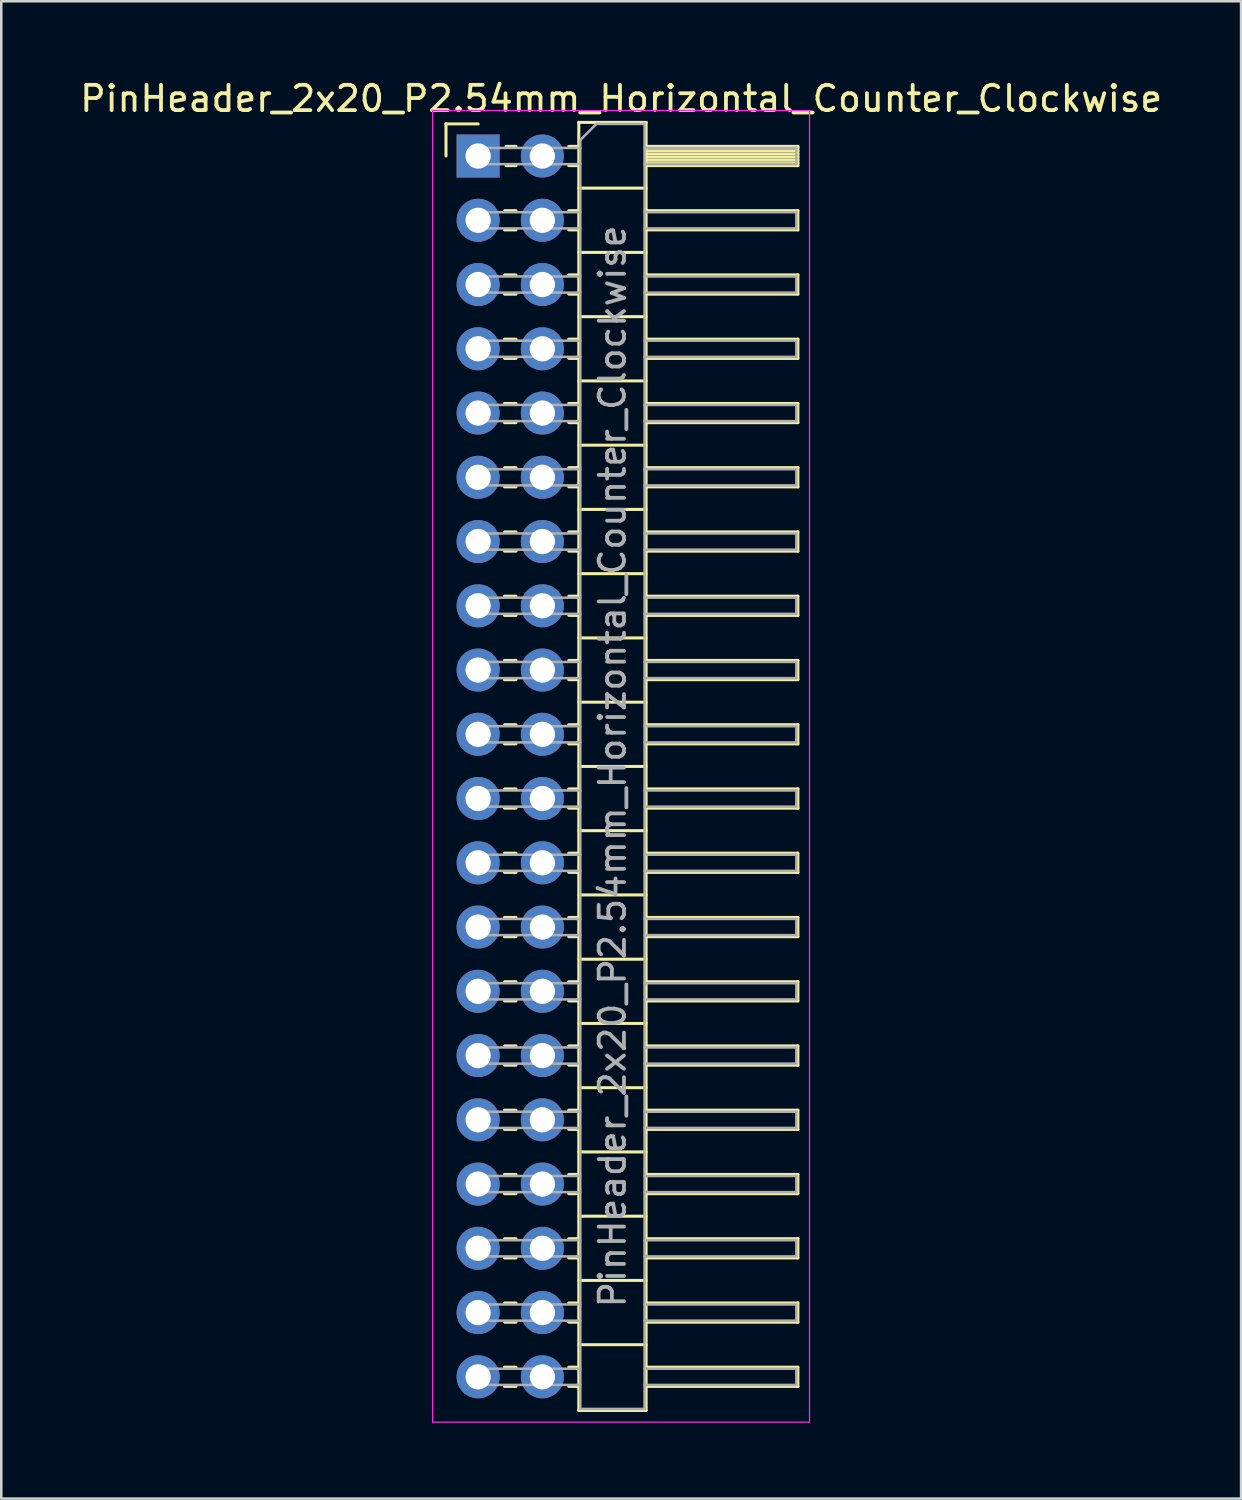
<source format=kicad_pcb>
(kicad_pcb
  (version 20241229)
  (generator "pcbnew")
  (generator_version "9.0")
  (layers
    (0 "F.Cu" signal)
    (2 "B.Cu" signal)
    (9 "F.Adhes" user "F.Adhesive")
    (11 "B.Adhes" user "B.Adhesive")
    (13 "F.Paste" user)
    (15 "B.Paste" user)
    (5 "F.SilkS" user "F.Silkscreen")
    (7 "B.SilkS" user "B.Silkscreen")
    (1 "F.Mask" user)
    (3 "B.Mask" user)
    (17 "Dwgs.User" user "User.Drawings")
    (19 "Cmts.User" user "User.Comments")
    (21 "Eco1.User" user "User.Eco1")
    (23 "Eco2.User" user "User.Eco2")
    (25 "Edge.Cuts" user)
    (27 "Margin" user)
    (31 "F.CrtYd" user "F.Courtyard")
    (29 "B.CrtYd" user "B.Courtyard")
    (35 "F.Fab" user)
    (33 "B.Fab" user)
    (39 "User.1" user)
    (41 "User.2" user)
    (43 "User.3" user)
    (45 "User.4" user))
  (footprint "PinHeader_2x20_P2.54mm_Horizontal_Counter_Clockwise"
    (layer "F.Cu")
    (at 15.851 3.118)
    (property "Reference" "PinHeader_2x20_P2.54mm_Horizontal_Counter_Clockwise" (at 5.655 -2.27 180) (layer "F.SilkS") (effects (font (size 1 1) (thickness 0.15))))
    (attr through_hole)
    (fp_line (start -1.27 -1.27) (end 0 -1.27) (stroke (width 0.12) (type solid)) (layer "F.SilkS"))
    (fp_line (start -1.27 0) (end -1.27 -1.27) (stroke (width 0.12) (type solid)) (layer "F.SilkS"))
    (fp_line (start 1.043 2.16) (end 1.497 2.16) (stroke (width 0.12) (type solid)) (layer "F.SilkS"))
    (fp_line (start 1.043 2.92) (end 1.497 2.92) (stroke (width 0.12) (type solid)) (layer "F.SilkS"))
    (fp_line (start 1.043 4.7) (end 1.497 4.7) (stroke (width 0.12) (type solid)) (layer "F.SilkS"))
    (fp_line (start 1.043 5.46) (end 1.497 5.46) (stroke (width 0.12) (type solid)) (layer "F.SilkS"))
    (fp_line (start 1.043 7.24) (end 1.497 7.24) (stroke (width 0.12) (type solid)) (layer "F.SilkS"))
    (fp_line (start 1.043 8) (end 1.497 8) (stroke (width 0.12) (type solid)) (layer "F.SilkS"))
    (fp_line (start 1.043 9.78) (end 1.497 9.78) (stroke (width 0.12) (type solid)) (layer "F.SilkS"))
    (fp_line (start 1.043 10.54) (end 1.497 10.54) (stroke (width 0.12) (type solid)) (layer "F.SilkS"))
    (fp_line (start 1.043 12.32) (end 1.497 12.32) (stroke (width 0.12) (type solid)) (layer "F.SilkS"))
    (fp_line (start 1.043 13.08) (end 1.497 13.08) (stroke (width 0.12) (type solid)) (layer "F.SilkS"))
    (fp_line (start 1.043 14.86) (end 1.497 14.86) (stroke (width 0.12) (type solid)) (layer "F.SilkS"))
    (fp_line (start 1.043 15.62) (end 1.497 15.62) (stroke (width 0.12) (type solid)) (layer "F.SilkS"))
    (fp_line (start 1.043 17.4) (end 1.497 17.4) (stroke (width 0.12) (type solid)) (layer "F.SilkS"))
    (fp_line (start 1.043 18.16) (end 1.497 18.16) (stroke (width 0.12) (type solid)) (layer "F.SilkS"))
    (fp_line (start 1.043 19.94) (end 1.497 19.94) (stroke (width 0.12) (type solid)) (layer "F.SilkS"))
    (fp_line (start 1.043 20.7) (end 1.497 20.7) (stroke (width 0.12) (type solid)) (layer "F.SilkS"))
    (fp_line (start 1.043 22.48) (end 1.497 22.48) (stroke (width 0.12) (type solid)) (layer "F.SilkS"))
    (fp_line (start 1.043 23.24) (end 1.497 23.24) (stroke (width 0.12) (type solid)) (layer "F.SilkS"))
    (fp_line (start 1.043 25.02) (end 1.497 25.02) (stroke (width 0.12) (type solid)) (layer "F.SilkS"))
    (fp_line (start 1.043 25.78) (end 1.497 25.78) (stroke (width 0.12) (type solid)) (layer "F.SilkS"))
    (fp_line (start 1.043 27.56) (end 1.497 27.56) (stroke (width 0.12) (type solid)) (layer "F.SilkS"))
    (fp_line (start 1.043 28.32) (end 1.497 28.32) (stroke (width 0.12) (type solid)) (layer "F.SilkS"))
    (fp_line (start 1.043 30.1) (end 1.497 30.1) (stroke (width 0.12) (type solid)) (layer "F.SilkS"))
    (fp_line (start 1.043 30.86) (end 1.497 30.86) (stroke (width 0.12) (type solid)) (layer "F.SilkS"))
    (fp_line (start 1.043 32.64) (end 1.497 32.64) (stroke (width 0.12) (type solid)) (layer "F.SilkS"))
    (fp_line (start 1.043 33.4) (end 1.497 33.4) (stroke (width 0.12) (type solid)) (layer "F.SilkS"))
    (fp_line (start 1.043 35.18) (end 1.497 35.18) (stroke (width 0.12) (type solid)) (layer "F.SilkS"))
    (fp_line (start 1.043 35.94) (end 1.497 35.94) (stroke (width 0.12) (type solid)) (layer "F.SilkS"))
    (fp_line (start 1.043 37.72) (end 1.497 37.72) (stroke (width 0.12) (type solid)) (layer "F.SilkS"))
    (fp_line (start 1.043 38.48) (end 1.497 38.48) (stroke (width 0.12) (type solid)) (layer "F.SilkS"))
    (fp_line (start 1.043 40.26) (end 1.497 40.26) (stroke (width 0.12) (type solid)) (layer "F.SilkS"))
    (fp_line (start 1.043 41.02) (end 1.497 41.02) (stroke (width 0.12) (type solid)) (layer "F.SilkS"))
    (fp_line (start 1.043 42.8) (end 1.497 42.8) (stroke (width 0.12) (type solid)) (layer "F.SilkS"))
    (fp_line (start 1.043 43.56) (end 1.497 43.56) (stroke (width 0.12) (type solid)) (layer "F.SilkS"))
    (fp_line (start 1.043 45.34) (end 1.497 45.34) (stroke (width 0.12) (type solid)) (layer "F.SilkS"))
    (fp_line (start 1.043 46.1) (end 1.497 46.1) (stroke (width 0.12) (type solid)) (layer "F.SilkS"))
    (fp_line (start 1.043 47.88) (end 1.497 47.88) (stroke (width 0.12) (type solid)) (layer "F.SilkS"))
    (fp_line (start 1.043 48.64) (end 1.497 48.64) (stroke (width 0.12) (type solid)) (layer "F.SilkS"))
    (fp_line (start 1.11 -0.38) (end 1.497 -0.38) (stroke (width 0.12) (type solid)) (layer "F.SilkS"))
    (fp_line (start 1.11 0.38) (end 1.497 0.38) (stroke (width 0.12) (type solid)) (layer "F.SilkS"))
    (fp_line (start 3.583 -0.38) (end 3.98 -0.38) (stroke (width 0.12) (type solid)) (layer "F.SilkS"))
    (fp_line (start 3.583 0.38) (end 3.98 0.38) (stroke (width 0.12) (type solid)) (layer "F.SilkS"))
    (fp_line (start 3.583 2.16) (end 3.98 2.16) (stroke (width 0.12) (type solid)) (layer "F.SilkS"))
    (fp_line (start 3.583 2.92) (end 3.98 2.92) (stroke (width 0.12) (type solid)) (layer "F.SilkS"))
    (fp_line (start 3.583 4.7) (end 3.98 4.7) (stroke (width 0.12) (type solid)) (layer "F.SilkS"))
    (fp_line (start 3.583 5.46) (end 3.98 5.46) (stroke (width 0.12) (type solid)) (layer "F.SilkS"))
    (fp_line (start 3.583 7.24) (end 3.98 7.24) (stroke (width 0.12) (type solid)) (layer "F.SilkS"))
    (fp_line (start 3.583 8) (end 3.98 8) (stroke (width 0.12) (type solid)) (layer "F.SilkS"))
    (fp_line (start 3.583 9.78) (end 3.98 9.78) (stroke (width 0.12) (type solid)) (layer "F.SilkS"))
    (fp_line (start 3.583 10.54) (end 3.98 10.54) (stroke (width 0.12) (type solid)) (layer "F.SilkS"))
    (fp_line (start 3.583 12.32) (end 3.98 12.32) (stroke (width 0.12) (type solid)) (layer "F.SilkS"))
    (fp_line (start 3.583 13.08) (end 3.98 13.08) (stroke (width 0.12) (type solid)) (layer "F.SilkS"))
    (fp_line (start 3.583 14.86) (end 3.98 14.86) (stroke (width 0.12) (type solid)) (layer "F.SilkS"))
    (fp_line (start 3.583 15.62) (end 3.98 15.62) (stroke (width 0.12) (type solid)) (layer "F.SilkS"))
    (fp_line (start 3.583 17.4) (end 3.98 17.4) (stroke (width 0.12) (type solid)) (layer "F.SilkS"))
    (fp_line (start 3.583 18.16) (end 3.98 18.16) (stroke (width 0.12) (type solid)) (layer "F.SilkS"))
    (fp_line (start 3.583 19.94) (end 3.98 19.94) (stroke (width 0.12) (type solid)) (layer "F.SilkS"))
    (fp_line (start 3.583 20.7) (end 3.98 20.7) (stroke (width 0.12) (type solid)) (layer "F.SilkS"))
    (fp_line (start 3.583 22.48) (end 3.98 22.48) (stroke (width 0.12) (type solid)) (layer "F.SilkS"))
    (fp_line (start 3.583 23.24) (end 3.98 23.24) (stroke (width 0.12) (type solid)) (layer "F.SilkS"))
    (fp_line (start 3.583 25.02) (end 3.98 25.02) (stroke (width 0.12) (type solid)) (layer "F.SilkS"))
    (fp_line (start 3.583 25.78) (end 3.98 25.78) (stroke (width 0.12) (type solid)) (layer "F.SilkS"))
    (fp_line (start 3.583 27.56) (end 3.98 27.56) (stroke (width 0.12) (type solid)) (layer "F.SilkS"))
    (fp_line (start 3.583 28.32) (end 3.98 28.32) (stroke (width 0.12) (type solid)) (layer "F.SilkS"))
    (fp_line (start 3.583 30.1) (end 3.98 30.1) (stroke (width 0.12) (type solid)) (layer "F.SilkS"))
    (fp_line (start 3.583 30.86) (end 3.98 30.86) (stroke (width 0.12) (type solid)) (layer "F.SilkS"))
    (fp_line (start 3.583 32.64) (end 3.98 32.64) (stroke (width 0.12) (type solid)) (layer "F.SilkS"))
    (fp_line (start 3.583 33.4) (end 3.98 33.4) (stroke (width 0.12) (type solid)) (layer "F.SilkS"))
    (fp_line (start 3.583 35.18) (end 3.98 35.18) (stroke (width 0.12) (type solid)) (layer "F.SilkS"))
    (fp_line (start 3.583 35.94) (end 3.98 35.94) (stroke (width 0.12) (type solid)) (layer "F.SilkS"))
    (fp_line (start 3.583 37.72) (end 3.98 37.72) (stroke (width 0.12) (type solid)) (layer "F.SilkS"))
    (fp_line (start 3.583 38.48) (end 3.98 38.48) (stroke (width 0.12) (type solid)) (layer "F.SilkS"))
    (fp_line (start 3.583 40.26) (end 3.98 40.26) (stroke (width 0.12) (type solid)) (layer "F.SilkS"))
    (fp_line (start 3.583 41.02) (end 3.98 41.02) (stroke (width 0.12) (type solid)) (layer "F.SilkS"))
    (fp_line (start 3.583 42.8) (end 3.98 42.8) (stroke (width 0.12) (type solid)) (layer "F.SilkS"))
    (fp_line (start 3.583 43.56) (end 3.98 43.56) (stroke (width 0.12) (type solid)) (layer "F.SilkS"))
    (fp_line (start 3.583 45.34) (end 3.98 45.34) (stroke (width 0.12) (type solid)) (layer "F.SilkS"))
    (fp_line (start 3.583 46.1) (end 3.98 46.1) (stroke (width 0.12) (type solid)) (layer "F.SilkS"))
    (fp_line (start 3.583 47.88) (end 3.98 47.88) (stroke (width 0.12) (type solid)) (layer "F.SilkS"))
    (fp_line (start 3.583 48.64) (end 3.98 48.64) (stroke (width 0.12) (type solid)) (layer "F.SilkS"))
    (fp_line (start 3.98 -1.33) (end 3.98 49.59) (stroke (width 0.12) (type solid)) (layer "F.SilkS"))
    (fp_line (start 3.98 1.27) (end 6.64 1.27) (stroke (width 0.12) (type solid)) (layer "F.SilkS"))
    (fp_line (start 3.98 3.81) (end 6.64 3.81) (stroke (width 0.12) (type solid)) (layer "F.SilkS"))
    (fp_line (start 3.98 6.35) (end 6.64 6.35) (stroke (width 0.12) (type solid)) (layer "F.SilkS"))
    (fp_line (start 3.98 8.89) (end 6.64 8.89) (stroke (width 0.12) (type solid)) (layer "F.SilkS"))
    (fp_line (start 3.98 11.43) (end 6.64 11.43) (stroke (width 0.12) (type solid)) (layer "F.SilkS"))
    (fp_line (start 3.98 13.97) (end 6.64 13.97) (stroke (width 0.12) (type solid)) (layer "F.SilkS"))
    (fp_line (start 3.98 16.51) (end 6.64 16.51) (stroke (width 0.12) (type solid)) (layer "F.SilkS"))
    (fp_line (start 3.98 19.05) (end 6.64 19.05) (stroke (width 0.12) (type solid)) (layer "F.SilkS"))
    (fp_line (start 3.98 21.59) (end 6.64 21.59) (stroke (width 0.12) (type solid)) (layer "F.SilkS"))
    (fp_line (start 3.98 24.13) (end 6.64 24.13) (stroke (width 0.12) (type solid)) (layer "F.SilkS"))
    (fp_line (start 3.98 26.67) (end 6.64 26.67) (stroke (width 0.12) (type solid)) (layer "F.SilkS"))
    (fp_line (start 3.98 29.21) (end 6.64 29.21) (stroke (width 0.12) (type solid)) (layer "F.SilkS"))
    (fp_line (start 3.98 31.75) (end 6.64 31.75) (stroke (width 0.12) (type solid)) (layer "F.SilkS"))
    (fp_line (start 3.98 34.29) (end 6.64 34.29) (stroke (width 0.12) (type solid)) (layer "F.SilkS"))
    (fp_line (start 3.98 36.83) (end 6.64 36.83) (stroke (width 0.12) (type solid)) (layer "F.SilkS"))
    (fp_line (start 3.98 39.37) (end 6.64 39.37) (stroke (width 0.12) (type solid)) (layer "F.SilkS"))
    (fp_line (start 3.98 41.91) (end 6.64 41.91) (stroke (width 0.12) (type solid)) (layer "F.SilkS"))
    (fp_line (start 3.98 44.45) (end 6.64 44.45) (stroke (width 0.12) (type solid)) (layer "F.SilkS"))
    (fp_line (start 3.98 46.99) (end 6.64 46.99) (stroke (width 0.12) (type solid)) (layer "F.SilkS"))
    (fp_line (start 3.98 49.59) (end 6.64 49.59) (stroke (width 0.12) (type solid)) (layer "F.SilkS"))
    (fp_line (start 6.64 -1.33) (end 3.98 -1.33) (stroke (width 0.12) (type solid)) (layer "F.SilkS"))
    (fp_line (start 6.64 -0.38) (end 12.64 -0.38) (stroke (width 0.12) (type solid)) (layer "F.SilkS"))
    (fp_line (start 6.64 -0.32) (end 12.64 -0.32) (stroke (width 0.12) (type solid)) (layer "F.SilkS"))
    (fp_line (start 6.64 -0.2) (end 12.64 -0.2) (stroke (width 0.12) (type solid)) (layer "F.SilkS"))
    (fp_line (start 6.64 -0.08) (end 12.64 -0.08) (stroke (width 0.12) (type solid)) (layer "F.SilkS"))
    (fp_line (start 6.64 0.04) (end 12.64 0.04) (stroke (width 0.12) (type solid)) (layer "F.SilkS"))
    (fp_line (start 6.64 0.16) (end 12.64 0.16) (stroke (width 0.12) (type solid)) (layer "F.SilkS"))
    (fp_line (start 6.64 0.28) (end 12.64 0.28) (stroke (width 0.12) (type solid)) (layer "F.SilkS"))
    (fp_line (start 6.64 2.16) (end 12.64 2.16) (stroke (width 0.12) (type solid)) (layer "F.SilkS"))
    (fp_line (start 6.64 4.7) (end 12.64 4.7) (stroke (width 0.12) (type solid)) (layer "F.SilkS"))
    (fp_line (start 6.64 7.24) (end 12.64 7.24) (stroke (width 0.12) (type solid)) (layer "F.SilkS"))
    (fp_line (start 6.64 9.78) (end 12.64 9.78) (stroke (width 0.12) (type solid)) (layer "F.SilkS"))
    (fp_line (start 6.64 12.32) (end 12.64 12.32) (stroke (width 0.12) (type solid)) (layer "F.SilkS"))
    (fp_line (start 6.64 14.86) (end 12.64 14.86) (stroke (width 0.12) (type solid)) (layer "F.SilkS"))
    (fp_line (start 6.64 17.4) (end 12.64 17.4) (stroke (width 0.12) (type solid)) (layer "F.SilkS"))
    (fp_line (start 6.64 19.94) (end 12.64 19.94) (stroke (width 0.12) (type solid)) (layer "F.SilkS"))
    (fp_line (start 6.64 22.48) (end 12.64 22.48) (stroke (width 0.12) (type solid)) (layer "F.SilkS"))
    (fp_line (start 6.64 25.02) (end 12.64 25.02) (stroke (width 0.12) (type solid)) (layer "F.SilkS"))
    (fp_line (start 6.64 27.56) (end 12.64 27.56) (stroke (width 0.12) (type solid)) (layer "F.SilkS"))
    (fp_line (start 6.64 30.1) (end 12.64 30.1) (stroke (width 0.12) (type solid)) (layer "F.SilkS"))
    (fp_line (start 6.64 32.64) (end 12.64 32.64) (stroke (width 0.12) (type solid)) (layer "F.SilkS"))
    (fp_line (start 6.64 35.18) (end 12.64 35.18) (stroke (width 0.12) (type solid)) (layer "F.SilkS"))
    (fp_line (start 6.64 37.72) (end 12.64 37.72) (stroke (width 0.12) (type solid)) (layer "F.SilkS"))
    (fp_line (start 6.64 40.26) (end 12.64 40.26) (stroke (width 0.12) (type solid)) (layer "F.SilkS"))
    (fp_line (start 6.64 42.8) (end 12.64 42.8) (stroke (width 0.12) (type solid)) (layer "F.SilkS"))
    (fp_line (start 6.64 45.34) (end 12.64 45.34) (stroke (width 0.12) (type solid)) (layer "F.SilkS"))
    (fp_line (start 6.64 47.88) (end 12.64 47.88) (stroke (width 0.12) (type solid)) (layer "F.SilkS"))
    (fp_line (start 6.64 49.59) (end 6.64 -1.33) (stroke (width 0.12) (type solid)) (layer "F.SilkS"))
    (fp_line (start 12.64 -0.38) (end 12.64 0.38) (stroke (width 0.12) (type solid)) (layer "F.SilkS"))
    (fp_line (start 12.64 0.38) (end 6.64 0.38) (stroke (width 0.12) (type solid)) (layer "F.SilkS"))
    (fp_line (start 12.64 2.16) (end 12.64 2.92) (stroke (width 0.12) (type solid)) (layer "F.SilkS"))
    (fp_line (start 12.64 2.92) (end 6.64 2.92) (stroke (width 0.12) (type solid)) (layer "F.SilkS"))
    (fp_line (start 12.64 4.7) (end 12.64 5.46) (stroke (width 0.12) (type solid)) (layer "F.SilkS"))
    (fp_line (start 12.64 5.46) (end 6.64 5.46) (stroke (width 0.12) (type solid)) (layer "F.SilkS"))
    (fp_line (start 12.64 7.24) (end 12.64 8) (stroke (width 0.12) (type solid)) (layer "F.SilkS"))
    (fp_line (start 12.64 8) (end 6.64 8) (stroke (width 0.12) (type solid)) (layer "F.SilkS"))
    (fp_line (start 12.64 9.78) (end 12.64 10.54) (stroke (width 0.12) (type solid)) (layer "F.SilkS"))
    (fp_line (start 12.64 10.54) (end 6.64 10.54) (stroke (width 0.12) (type solid)) (layer "F.SilkS"))
    (fp_line (start 12.64 12.32) (end 12.64 13.08) (stroke (width 0.12) (type solid)) (layer "F.SilkS"))
    (fp_line (start 12.64 13.08) (end 6.64 13.08) (stroke (width 0.12) (type solid)) (layer "F.SilkS"))
    (fp_line (start 12.64 14.86) (end 12.64 15.62) (stroke (width 0.12) (type solid)) (layer "F.SilkS"))
    (fp_line (start 12.64 15.62) (end 6.64 15.62) (stroke (width 0.12) (type solid)) (layer "F.SilkS"))
    (fp_line (start 12.64 17.4) (end 12.64 18.16) (stroke (width 0.12) (type solid)) (layer "F.SilkS"))
    (fp_line (start 12.64 18.16) (end 6.64 18.16) (stroke (width 0.12) (type solid)) (layer "F.SilkS"))
    (fp_line (start 12.64 19.94) (end 12.64 20.7) (stroke (width 0.12) (type solid)) (layer "F.SilkS"))
    (fp_line (start 12.64 20.7) (end 6.64 20.7) (stroke (width 0.12) (type solid)) (layer "F.SilkS"))
    (fp_line (start 12.64 22.48) (end 12.64 23.24) (stroke (width 0.12) (type solid)) (layer "F.SilkS"))
    (fp_line (start 12.64 23.24) (end 6.64 23.24) (stroke (width 0.12) (type solid)) (layer "F.SilkS"))
    (fp_line (start 12.64 25.02) (end 12.64 25.78) (stroke (width 0.12) (type solid)) (layer "F.SilkS"))
    (fp_line (start 12.64 25.78) (end 6.64 25.78) (stroke (width 0.12) (type solid)) (layer "F.SilkS"))
    (fp_line (start 12.64 27.56) (end 12.64 28.32) (stroke (width 0.12) (type solid)) (layer "F.SilkS"))
    (fp_line (start 12.64 28.32) (end 6.64 28.32) (stroke (width 0.12) (type solid)) (layer "F.SilkS"))
    (fp_line (start 12.64 30.1) (end 12.64 30.86) (stroke (width 0.12) (type solid)) (layer "F.SilkS"))
    (fp_line (start 12.64 30.86) (end 6.64 30.86) (stroke (width 0.12) (type solid)) (layer "F.SilkS"))
    (fp_line (start 12.64 32.64) (end 12.64 33.4) (stroke (width 0.12) (type solid)) (layer "F.SilkS"))
    (fp_line (start 12.64 33.4) (end 6.64 33.4) (stroke (width 0.12) (type solid)) (layer "F.SilkS"))
    (fp_line (start 12.64 35.18) (end 12.64 35.94) (stroke (width 0.12) (type solid)) (layer "F.SilkS"))
    (fp_line (start 12.64 35.94) (end 6.64 35.94) (stroke (width 0.12) (type solid)) (layer "F.SilkS"))
    (fp_line (start 12.64 37.72) (end 12.64 38.48) (stroke (width 0.12) (type solid)) (layer "F.SilkS"))
    (fp_line (start 12.64 38.48) (end 6.64 38.48) (stroke (width 0.12) (type solid)) (layer "F.SilkS"))
    (fp_line (start 12.64 40.26) (end 12.64 41.02) (stroke (width 0.12) (type solid)) (layer "F.SilkS"))
    (fp_line (start 12.64 41.02) (end 6.64 41.02) (stroke (width 0.12) (type solid)) (layer "F.SilkS"))
    (fp_line (start 12.64 42.8) (end 12.64 43.56) (stroke (width 0.12) (type solid)) (layer "F.SilkS"))
    (fp_line (start 12.64 43.56) (end 6.64 43.56) (stroke (width 0.12) (type solid)) (layer "F.SilkS"))
    (fp_line (start 12.64 45.34) (end 12.64 46.1) (stroke (width 0.12) (type solid)) (layer "F.SilkS"))
    (fp_line (start 12.64 46.1) (end 6.64 46.1) (stroke (width 0.12) (type solid)) (layer "F.SilkS"))
    (fp_line (start 12.64 47.88) (end 12.64 48.64) (stroke (width 0.12) (type solid)) (layer "F.SilkS"))
    (fp_line (start 12.64 48.64) (end 6.64 48.64) (stroke (width 0.12) (type solid)) (layer "F.SilkS"))
    (fp_line (start -1.8 -1.8) (end -1.8 50.05) (stroke (width 0.05) (type solid)) (layer "F.CrtYd"))
    (fp_line (start -1.8 50.05) (end 13.1 50.05) (stroke (width 0.05) (type solid)) (layer "F.CrtYd"))
    (fp_line (start 13.1 -1.8) (end -1.8 -1.8) (stroke (width 0.05) (type solid)) (layer "F.CrtYd"))
    (fp_line (start 13.1 50.05) (end 13.1 -1.8) (stroke (width 0.05) (type solid)) (layer "F.CrtYd"))
    (fp_line (start -0.32 -0.32) (end -0.32 0.32) (stroke (width 0.1) (type solid)) (layer "F.Fab"))
    (fp_line (start -0.32 -0.32) (end 4.04 -0.32) (stroke (width 0.1) (type solid)) (layer "F.Fab"))
    (fp_line (start -0.32 0.32) (end 4.04 0.32) (stroke (width 0.1) (type solid)) (layer "F.Fab"))
    (fp_line (start -0.32 2.22) (end -0.32 2.86) (stroke (width 0.1) (type solid)) (layer "F.Fab"))
    (fp_line (start -0.32 2.22) (end 4.04 2.22) (stroke (width 0.1) (type solid)) (layer "F.Fab"))
    (fp_line (start -0.32 2.86) (end 4.04 2.86) (stroke (width 0.1) (type solid)) (layer "F.Fab"))
    (fp_line (start -0.32 4.76) (end -0.32 5.4) (stroke (width 0.1) (type solid)) (layer "F.Fab"))
    (fp_line (start -0.32 4.76) (end 4.04 4.76) (stroke (width 0.1) (type solid)) (layer "F.Fab"))
    (fp_line (start -0.32 5.4) (end 4.04 5.4) (stroke (width 0.1) (type solid)) (layer "F.Fab"))
    (fp_line (start -0.32 7.3) (end -0.32 7.94) (stroke (width 0.1) (type solid)) (layer "F.Fab"))
    (fp_line (start -0.32 7.3) (end 4.04 7.3) (stroke (width 0.1) (type solid)) (layer "F.Fab"))
    (fp_line (start -0.32 7.94) (end 4.04 7.94) (stroke (width 0.1) (type solid)) (layer "F.Fab"))
    (fp_line (start -0.32 9.84) (end -0.32 10.48) (stroke (width 0.1) (type solid)) (layer "F.Fab"))
    (fp_line (start -0.32 9.84) (end 4.04 9.84) (stroke (width 0.1) (type solid)) (layer "F.Fab"))
    (fp_line (start -0.32 10.48) (end 4.04 10.48) (stroke (width 0.1) (type solid)) (layer "F.Fab"))
    (fp_line (start -0.32 12.38) (end -0.32 13.02) (stroke (width 0.1) (type solid)) (layer "F.Fab"))
    (fp_line (start -0.32 12.38) (end 4.04 12.38) (stroke (width 0.1) (type solid)) (layer "F.Fab"))
    (fp_line (start -0.32 13.02) (end 4.04 13.02) (stroke (width 0.1) (type solid)) (layer "F.Fab"))
    (fp_line (start -0.32 14.92) (end -0.32 15.56) (stroke (width 0.1) (type solid)) (layer "F.Fab"))
    (fp_line (start -0.32 14.92) (end 4.04 14.92) (stroke (width 0.1) (type solid)) (layer "F.Fab"))
    (fp_line (start -0.32 15.56) (end 4.04 15.56) (stroke (width 0.1) (type solid)) (layer "F.Fab"))
    (fp_line (start -0.32 17.46) (end -0.32 18.1) (stroke (width 0.1) (type solid)) (layer "F.Fab"))
    (fp_line (start -0.32 17.46) (end 4.04 17.46) (stroke (width 0.1) (type solid)) (layer "F.Fab"))
    (fp_line (start -0.32 18.1) (end 4.04 18.1) (stroke (width 0.1) (type solid)) (layer "F.Fab"))
    (fp_line (start -0.32 20) (end -0.32 20.64) (stroke (width 0.1) (type solid)) (layer "F.Fab"))
    (fp_line (start -0.32 20) (end 4.04 20) (stroke (width 0.1) (type solid)) (layer "F.Fab"))
    (fp_line (start -0.32 20.64) (end 4.04 20.64) (stroke (width 0.1) (type solid)) (layer "F.Fab"))
    (fp_line (start -0.32 22.54) (end -0.32 23.18) (stroke (width 0.1) (type solid)) (layer "F.Fab"))
    (fp_line (start -0.32 22.54) (end 4.04 22.54) (stroke (width 0.1) (type solid)) (layer "F.Fab"))
    (fp_line (start -0.32 23.18) (end 4.04 23.18) (stroke (width 0.1) (type solid)) (layer "F.Fab"))
    (fp_line (start -0.32 25.08) (end -0.32 25.72) (stroke (width 0.1) (type solid)) (layer "F.Fab"))
    (fp_line (start -0.32 25.08) (end 4.04 25.08) (stroke (width 0.1) (type solid)) (layer "F.Fab"))
    (fp_line (start -0.32 25.72) (end 4.04 25.72) (stroke (width 0.1) (type solid)) (layer "F.Fab"))
    (fp_line (start -0.32 27.62) (end -0.32 28.26) (stroke (width 0.1) (type solid)) (layer "F.Fab"))
    (fp_line (start -0.32 27.62) (end 4.04 27.62) (stroke (width 0.1) (type solid)) (layer "F.Fab"))
    (fp_line (start -0.32 28.26) (end 4.04 28.26) (stroke (width 0.1) (type solid)) (layer "F.Fab"))
    (fp_line (start -0.32 30.16) (end -0.32 30.8) (stroke (width 0.1) (type solid)) (layer "F.Fab"))
    (fp_line (start -0.32 30.16) (end 4.04 30.16) (stroke (width 0.1) (type solid)) (layer "F.Fab"))
    (fp_line (start -0.32 30.8) (end 4.04 30.8) (stroke (width 0.1) (type solid)) (layer "F.Fab"))
    (fp_line (start -0.32 32.7) (end -0.32 33.34) (stroke (width 0.1) (type solid)) (layer "F.Fab"))
    (fp_line (start -0.32 32.7) (end 4.04 32.7) (stroke (width 0.1) (type solid)) (layer "F.Fab"))
    (fp_line (start -0.32 33.34) (end 4.04 33.34) (stroke (width 0.1) (type solid)) (layer "F.Fab"))
    (fp_line (start -0.32 35.24) (end -0.32 35.88) (stroke (width 0.1) (type solid)) (layer "F.Fab"))
    (fp_line (start -0.32 35.24) (end 4.04 35.24) (stroke (width 0.1) (type solid)) (layer "F.Fab"))
    (fp_line (start -0.32 35.88) (end 4.04 35.88) (stroke (width 0.1) (type solid)) (layer "F.Fab"))
    (fp_line (start -0.32 37.78) (end -0.32 38.42) (stroke (width 0.1) (type solid)) (layer "F.Fab"))
    (fp_line (start -0.32 37.78) (end 4.04 37.78) (stroke (width 0.1) (type solid)) (layer "F.Fab"))
    (fp_line (start -0.32 38.42) (end 4.04 38.42) (stroke (width 0.1) (type solid)) (layer "F.Fab"))
    (fp_line (start -0.32 40.32) (end -0.32 40.96) (stroke (width 0.1) (type solid)) (layer "F.Fab"))
    (fp_line (start -0.32 40.32) (end 4.04 40.32) (stroke (width 0.1) (type solid)) (layer "F.Fab"))
    (fp_line (start -0.32 40.96) (end 4.04 40.96) (stroke (width 0.1) (type solid)) (layer "F.Fab"))
    (fp_line (start -0.32 42.86) (end -0.32 43.5) (stroke (width 0.1) (type solid)) (layer "F.Fab"))
    (fp_line (start -0.32 42.86) (end 4.04 42.86) (stroke (width 0.1) (type solid)) (layer "F.Fab"))
    (fp_line (start -0.32 43.5) (end 4.04 43.5) (stroke (width 0.1) (type solid)) (layer "F.Fab"))
    (fp_line (start -0.32 45.4) (end -0.32 46.04) (stroke (width 0.1) (type solid)) (layer "F.Fab"))
    (fp_line (start -0.32 45.4) (end 4.04 45.4) (stroke (width 0.1) (type solid)) (layer "F.Fab"))
    (fp_line (start -0.32 46.04) (end 4.04 46.04) (stroke (width 0.1) (type solid)) (layer "F.Fab"))
    (fp_line (start -0.32 47.94) (end -0.32 48.58) (stroke (width 0.1) (type solid)) (layer "F.Fab"))
    (fp_line (start -0.32 47.94) (end 4.04 47.94) (stroke (width 0.1) (type solid)) (layer "F.Fab"))
    (fp_line (start -0.32 48.58) (end 4.04 48.58) (stroke (width 0.1) (type solid)) (layer "F.Fab"))
    (fp_line (start 4.04 -0.635) (end 4.675 -1.27) (stroke (width 0.1) (type solid)) (layer "F.Fab"))
    (fp_line (start 4.04 49.53) (end 4.04 -0.635) (stroke (width 0.1) (type solid)) (layer "F.Fab"))
    (fp_line (start 4.675 -1.27) (end 6.58 -1.27) (stroke (width 0.1) (type solid)) (layer "F.Fab"))
    (fp_line (start 6.58 -1.27) (end 6.58 49.53) (stroke (width 0.1) (type solid)) (layer "F.Fab"))
    (fp_line (start 6.58 -0.32) (end 12.58 -0.32) (stroke (width 0.1) (type solid)) (layer "F.Fab"))
    (fp_line (start 6.58 0.32) (end 12.58 0.32) (stroke (width 0.1) (type solid)) (layer "F.Fab"))
    (fp_line (start 6.58 2.22) (end 12.58 2.22) (stroke (width 0.1) (type solid)) (layer "F.Fab"))
    (fp_line (start 6.58 2.86) (end 12.58 2.86) (stroke (width 0.1) (type solid)) (layer "F.Fab"))
    (fp_line (start 6.58 4.76) (end 12.58 4.76) (stroke (width 0.1) (type solid)) (layer "F.Fab"))
    (fp_line (start 6.58 5.4) (end 12.58 5.4) (stroke (width 0.1) (type solid)) (layer "F.Fab"))
    (fp_line (start 6.58 7.3) (end 12.58 7.3) (stroke (width 0.1) (type solid)) (layer "F.Fab"))
    (fp_line (start 6.58 7.94) (end 12.58 7.94) (stroke (width 0.1) (type solid)) (layer "F.Fab"))
    (fp_line (start 6.58 9.84) (end 12.58 9.84) (stroke (width 0.1) (type solid)) (layer "F.Fab"))
    (fp_line (start 6.58 10.48) (end 12.58 10.48) (stroke (width 0.1) (type solid)) (layer "F.Fab"))
    (fp_line (start 6.58 12.38) (end 12.58 12.38) (stroke (width 0.1) (type solid)) (layer "F.Fab"))
    (fp_line (start 6.58 13.02) (end 12.58 13.02) (stroke (width 0.1) (type solid)) (layer "F.Fab"))
    (fp_line (start 6.58 14.92) (end 12.58 14.92) (stroke (width 0.1) (type solid)) (layer "F.Fab"))
    (fp_line (start 6.58 15.56) (end 12.58 15.56) (stroke (width 0.1) (type solid)) (layer "F.Fab"))
    (fp_line (start 6.58 17.46) (end 12.58 17.46) (stroke (width 0.1) (type solid)) (layer "F.Fab"))
    (fp_line (start 6.58 18.1) (end 12.58 18.1) (stroke (width 0.1) (type solid)) (layer "F.Fab"))
    (fp_line (start 6.58 20) (end 12.58 20) (stroke (width 0.1) (type solid)) (layer "F.Fab"))
    (fp_line (start 6.58 20.64) (end 12.58 20.64) (stroke (width 0.1) (type solid)) (layer "F.Fab"))
    (fp_line (start 6.58 22.54) (end 12.58 22.54) (stroke (width 0.1) (type solid)) (layer "F.Fab"))
    (fp_line (start 6.58 23.18) (end 12.58 23.18) (stroke (width 0.1) (type solid)) (layer "F.Fab"))
    (fp_line (start 6.58 25.08) (end 12.58 25.08) (stroke (width 0.1) (type solid)) (layer "F.Fab"))
    (fp_line (start 6.58 25.72) (end 12.58 25.72) (stroke (width 0.1) (type solid)) (layer "F.Fab"))
    (fp_line (start 6.58 27.62) (end 12.58 27.62) (stroke (width 0.1) (type solid)) (layer "F.Fab"))
    (fp_line (start 6.58 28.26) (end 12.58 28.26) (stroke (width 0.1) (type solid)) (layer "F.Fab"))
    (fp_line (start 6.58 30.16) (end 12.58 30.16) (stroke (width 0.1) (type solid)) (layer "F.Fab"))
    (fp_line (start 6.58 30.8) (end 12.58 30.8) (stroke (width 0.1) (type solid)) (layer "F.Fab"))
    (fp_line (start 6.58 32.7) (end 12.58 32.7) (stroke (width 0.1) (type solid)) (layer "F.Fab"))
    (fp_line (start 6.58 33.34) (end 12.58 33.34) (stroke (width 0.1) (type solid)) (layer "F.Fab"))
    (fp_line (start 6.58 35.24) (end 12.58 35.24) (stroke (width 0.1) (type solid)) (layer "F.Fab"))
    (fp_line (start 6.58 35.88) (end 12.58 35.88) (stroke (width 0.1) (type solid)) (layer "F.Fab"))
    (fp_line (start 6.58 37.78) (end 12.58 37.78) (stroke (width 0.1) (type solid)) (layer "F.Fab"))
    (fp_line (start 6.58 38.42) (end 12.58 38.42) (stroke (width 0.1) (type solid)) (layer "F.Fab"))
    (fp_line (start 6.58 40.32) (end 12.58 40.32) (stroke (width 0.1) (type solid)) (layer "F.Fab"))
    (fp_line (start 6.58 40.96) (end 12.58 40.96) (stroke (width 0.1) (type solid)) (layer "F.Fab"))
    (fp_line (start 6.58 42.86) (end 12.58 42.86) (stroke (width 0.1) (type solid)) (layer "F.Fab"))
    (fp_line (start 6.58 43.5) (end 12.58 43.5) (stroke (width 0.1) (type solid)) (layer "F.Fab"))
    (fp_line (start 6.58 45.4) (end 12.58 45.4) (stroke (width 0.1) (type solid)) (layer "F.Fab"))
    (fp_line (start 6.58 46.04) (end 12.58 46.04) (stroke (width 0.1) (type solid)) (layer "F.Fab"))
    (fp_line (start 6.58 47.94) (end 12.58 47.94) (stroke (width 0.1) (type solid)) (layer "F.Fab"))
    (fp_line (start 6.58 48.58) (end 12.58 48.58) (stroke (width 0.1) (type solid)) (layer "F.Fab"))
    (fp_line (start 6.58 49.53) (end 4.04 49.53) (stroke (width 0.1) (type solid)) (layer "F.Fab"))
    (fp_line (start 12.58 -0.32) (end 12.58 0.32) (stroke (width 0.1) (type solid)) (layer "F.Fab"))
    (fp_line (start 12.58 2.22) (end 12.58 2.86) (stroke (width 0.1) (type solid)) (layer "F.Fab"))
    (fp_line (start 12.58 4.76) (end 12.58 5.4) (stroke (width 0.1) (type solid)) (layer "F.Fab"))
    (fp_line (start 12.58 7.3) (end 12.58 7.94) (stroke (width 0.1) (type solid)) (layer "F.Fab"))
    (fp_line (start 12.58 9.84) (end 12.58 10.48) (stroke (width 0.1) (type solid)) (layer "F.Fab"))
    (fp_line (start 12.58 12.38) (end 12.58 13.02) (stroke (width 0.1) (type solid)) (layer "F.Fab"))
    (fp_line (start 12.58 14.92) (end 12.58 15.56) (stroke (width 0.1) (type solid)) (layer "F.Fab"))
    (fp_line (start 12.58 17.46) (end 12.58 18.1) (stroke (width 0.1) (type solid)) (layer "F.Fab"))
    (fp_line (start 12.58 20) (end 12.58 20.64) (stroke (width 0.1) (type solid)) (layer "F.Fab"))
    (fp_line (start 12.58 22.54) (end 12.58 23.18) (stroke (width 0.1) (type solid)) (layer "F.Fab"))
    (fp_line (start 12.58 25.08) (end 12.58 25.72) (stroke (width 0.1) (type solid)) (layer "F.Fab"))
    (fp_line (start 12.58 27.62) (end 12.58 28.26) (stroke (width 0.1) (type solid)) (layer "F.Fab"))
    (fp_line (start 12.58 30.16) (end 12.58 30.8) (stroke (width 0.1) (type solid)) (layer "F.Fab"))
    (fp_line (start 12.58 32.7) (end 12.58 33.34) (stroke (width 0.1) (type solid)) (layer "F.Fab"))
    (fp_line (start 12.58 35.24) (end 12.58 35.88) (stroke (width 0.1) (type solid)) (layer "F.Fab"))
    (fp_line (start 12.58 37.78) (end 12.58 38.42) (stroke (width 0.1) (type solid)) (layer "F.Fab"))
    (fp_line (start 12.58 40.32) (end 12.58 40.96) (stroke (width 0.1) (type solid)) (layer "F.Fab"))
    (fp_line (start 12.58 42.86) (end 12.58 43.5) (stroke (width 0.1) (type solid)) (layer "F.Fab"))
    (fp_line (start 12.58 45.4) (end 12.58 46.04) (stroke (width 0.1) (type solid)) (layer "F.Fab"))
    (fp_line (start 12.58 47.94) (end 12.58 48.58) (stroke (width 0.1) (type solid)) (layer "F.Fab"))
    (fp_text user "${REFERENCE}" (at 5.31 24.13 270) (layer "F.Fab") (effects (font (size 1 1) (thickness 0.15))))
    (pad "1" thru_hole rect (at 0 0) (size 1.7 1.7) (drill 1) (layers "*.Cu" "*.Mask"))
    (pad "2" thru_hole oval (at 0 2.54) (size 1.7 1.7) (drill 1) (layers "*.Cu" "*.Mask"))
    (pad "3" thru_hole oval (at 0 5.08) (size 1.7 1.7) (drill 1) (layers "*.Cu" "*.Mask"))
    (pad "4" thru_hole oval (at 0 7.62) (size 1.7 1.7) (drill 1) (layers "*.Cu" "*.Mask"))
    (pad "5" thru_hole oval (at 0 10.16) (size 1.7 1.7) (drill 1) (layers "*.Cu" "*.Mask"))
    (pad "6" thru_hole oval (at 0 12.7) (size 1.7 1.7) (drill 1) (layers "*.Cu" "*.Mask"))
    (pad "7" thru_hole oval (at 0 15.24) (size 1.7 1.7) (drill 1) (layers "*.Cu" "*.Mask"))
    (pad "8" thru_hole oval (at 0 17.78) (size 1.7 1.7) (drill 1) (layers "*.Cu" "*.Mask"))
    (pad "9" thru_hole oval (at 0 20.32) (size 1.7 1.7) (drill 1) (layers "*.Cu" "*.Mask"))
    (pad "10" thru_hole oval (at 0 22.86) (size 1.7 1.7) (drill 1) (layers "*.Cu" "*.Mask"))
    (pad "11" thru_hole oval (at 0 25.4) (size 1.7 1.7) (drill 1) (layers "*.Cu" "*.Mask"))
    (pad "12" thru_hole oval (at 0 27.94) (size 1.7 1.7) (drill 1) (layers "*.Cu" "*.Mask"))
    (pad "13" thru_hole oval (at 0 30.48) (size 1.7 1.7) (drill 1) (layers "*.Cu" "*.Mask"))
    (pad "14" thru_hole oval (at 0 33.02) (size 1.7 1.7) (drill 1) (layers "*.Cu" "*.Mask"))
    (pad "15" thru_hole oval (at 0 35.56) (size 1.7 1.7) (drill 1) (layers "*.Cu" "*.Mask"))
    (pad "16" thru_hole oval (at 0 38.1) (size 1.7 1.7) (drill 1) (layers "*.Cu" "*.Mask"))
    (pad "17" thru_hole oval (at 0 40.64) (size 1.7 1.7) (drill 1) (layers "*.Cu" "*.Mask"))
    (pad "18" thru_hole oval (at 0 43.18) (size 1.7 1.7) (drill 1) (layers "*.Cu" "*.Mask"))
    (pad "19" thru_hole oval (at 0 45.72) (size 1.7 1.7) (drill 1) (layers "*.Cu" "*.Mask"))
    (pad "20" thru_hole oval (at 0 48.26) (size 1.7 1.7) (drill 1) (layers "*.Cu" "*.Mask"))
    (pad "21" thru_hole oval (at 2.54 48.26) (size 1.7 1.7) (drill 1) (layers "*.Cu" "*.Mask"))
    (pad "22" thru_hole oval (at 2.54 45.72) (size 1.7 1.7) (drill 1) (layers "*.Cu" "*.Mask"))
    (pad "23" thru_hole oval (at 2.54 43.18) (size 1.7 1.7) (drill 1) (layers "*.Cu" "*.Mask"))
    (pad "24" thru_hole oval (at 2.54 40.64) (size 1.7 1.7) (drill 1) (layers "*.Cu" "*.Mask"))
    (pad "25" thru_hole oval (at 2.54 38.1) (size 1.7 1.7) (drill 1) (layers "*.Cu" "*.Mask"))
    (pad "26" thru_hole oval (at 2.54 35.56) (size 1.7 1.7) (drill 1) (layers "*.Cu" "*.Mask"))
    (pad "27" thru_hole oval (at 2.54 33.02) (size 1.7 1.7) (drill 1) (layers "*.Cu" "*.Mask"))
    (pad "28" thru_hole oval (at 2.54 30.48) (size 1.7 1.7) (drill 1) (layers "*.Cu" "*.Mask"))
    (pad "29" thru_hole oval (at 2.54 27.94) (size 1.7 1.7) (drill 1) (layers "*.Cu" "*.Mask"))
    (pad "30" thru_hole oval (at 2.54 25.4) (size 1.7 1.7) (drill 1) (layers "*.Cu" "*.Mask"))
    (pad "31" thru_hole oval (at 2.54 22.86) (size 1.7 1.7) (drill 1) (layers "*.Cu" "*.Mask"))
    (pad "32" thru_hole oval (at 2.54 20.32) (size 1.7 1.7) (drill 1) (layers "*.Cu" "*.Mask"))
    (pad "33" thru_hole oval (at 2.54 17.78) (size 1.7 1.7) (drill 1) (layers "*.Cu" "*.Mask"))
    (pad "34" thru_hole oval (at 2.54 15.24) (size 1.7 1.7) (drill 1) (layers "*.Cu" "*.Mask"))
    (pad "35" thru_hole oval (at 2.54 12.7) (size 1.7 1.7) (drill 1) (layers "*.Cu" "*.Mask"))
    (pad "36" thru_hole oval (at 2.54 10.16) (size 1.7 1.7) (drill 1) (layers "*.Cu" "*.Mask"))
    (pad "37" thru_hole oval (at 2.54 7.62) (size 1.7 1.7) (drill 1) (layers "*.Cu" "*.Mask"))
    (pad "38" thru_hole oval (at 2.54 5.08) (size 1.7 1.7) (drill 1) (layers "*.Cu" "*.Mask"))
    (pad "39" thru_hole oval (at 2.54 2.54) (size 1.7 1.7) (drill 1) (layers "*.Cu" "*.Mask"))
    (pad "40" thru_hole oval (at 2.54 0) (size 1.7 1.7) (drill 1) (layers "*.Cu" "*.Mask")))
  (gr_rect
    (start -3 -3)
    (end 46.012 56.193)
    (stroke (width 0.1) (type default))
    (fill no)
    (layer "Edge.Cuts")))
</source>
